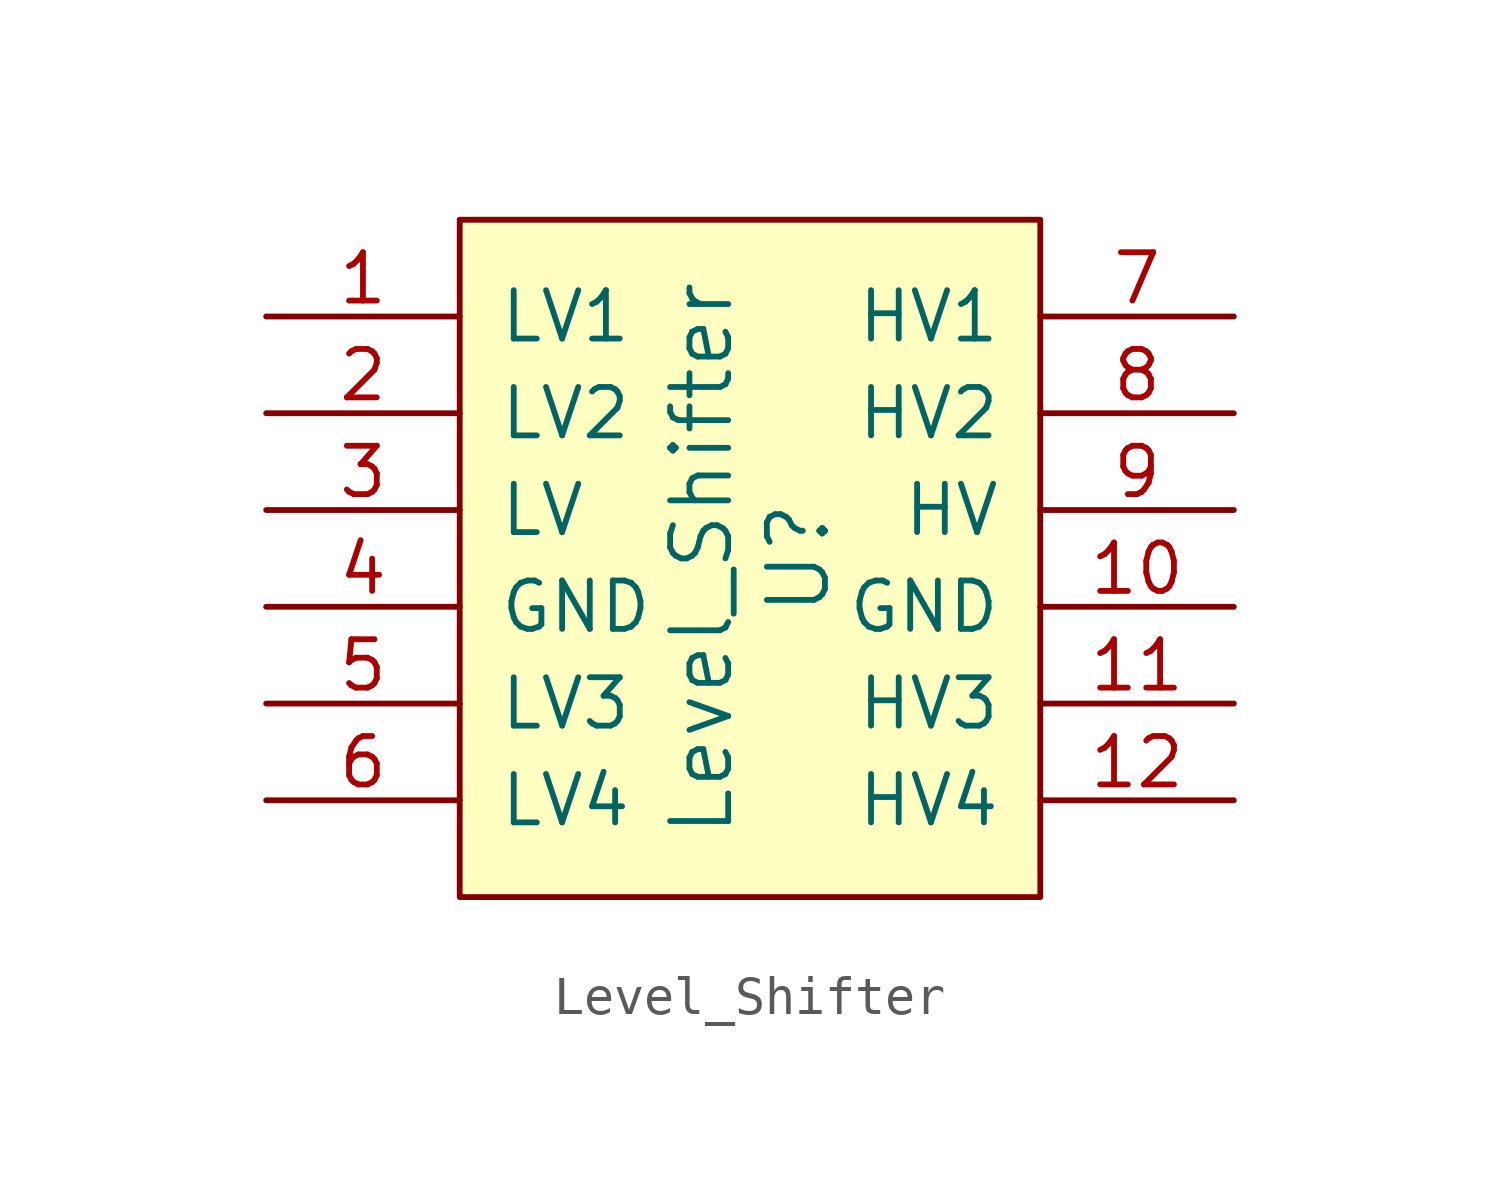
<source format=kicad_sym>
(kicad_symbol_lib
  (version 20211014)
  (generator kicad_symbol_editor)
  (symbol "Level_Shifter"
    (pin_names
      (offset 1.016))
    (property "Reference" "U"
      (at 1.27 0 90)
      (effects (font (size 1.524 1.524))))
    (property "Value" "Level_Shifter"
      (at -1.27 0 90)
      (effects (font (size 1.524 1.524))))
    (symbol "Level_Shifter_0_1"
      (rectangle (start -7.62 8.89) (end 7.62 -8.89) (stroke (width 0) (type default) (color 0 0 0 0)) (fill (type background))))
    (symbol "Level_Shifter_1_1"
      (pin bidirectional line (at -12.7 6.35 0) (length 5.08) (name "LV1" (effects (font (size 1.27 1.27)))) (number "1" (effects (font (size 1.27 1.27)))))
      (pin power_in line (at 12.7 -1.27 180) (length 5.08) (name "GND" (effects (font (size 1.27 1.27)))) (number "10" (effects (font (size 1.27 1.27)))))
      (pin bidirectional line (at 12.7 -3.81 180) (length 5.08) (name "HV3" (effects (font (size 1.27 1.27)))) (number "11" (effects (font (size 1.27 1.27)))))
      (pin bidirectional line (at 12.7 -6.35 180) (length 5.08) (name "HV4" (effects (font (size 1.27 1.27)))) (number "12" (effects (font (size 1.27 1.27)))))
      (pin bidirectional line (at -12.7 3.81 0) (length 5.08) (name "LV2" (effects (font (size 1.27 1.27)))) (number "2" (effects (font (size 1.27 1.27)))))
      (pin power_in line (at -12.7 1.27 0) (length 5.08) (name "LV" (effects (font (size 1.27 1.27)))) (number "3" (effects (font (size 1.27 1.27)))))
      (pin power_in line (at -12.7 -1.27 0) (length 5.08) (name "GND" (effects (font (size 1.27 1.27)))) (number "4" (effects (font (size 1.27 1.27)))))
      (pin bidirectional line (at -12.7 -3.81 0) (length 5.08) (name "LV3" (effects (font (size 1.27 1.27)))) (number "5" (effects (font (size 1.27 1.27)))))
      (pin bidirectional line (at -12.7 -6.35 0) (length 5.08) (name "LV4" (effects (font (size 1.27 1.27)))) (number "6" (effects (font (size 1.27 1.27)))))
      (pin bidirectional line (at 12.7 6.35 180) (length 5.08) (name "HV1" (effects (font (size 1.27 1.27)))) (number "7" (effects (font (size 1.27 1.27)))))
      (pin bidirectional line (at 12.7 3.81 180) (length 5.08) (name "HV2" (effects (font (size 1.27 1.27)))) (number "8" (effects (font (size 1.27 1.27)))))
      (pin power_in line (at 12.7 1.27 180) (length 5.08) (name "HV" (effects (font (size 1.27 1.27)))) (number "9" (effects (font (size 1.27 1.27))))))))
</source>
